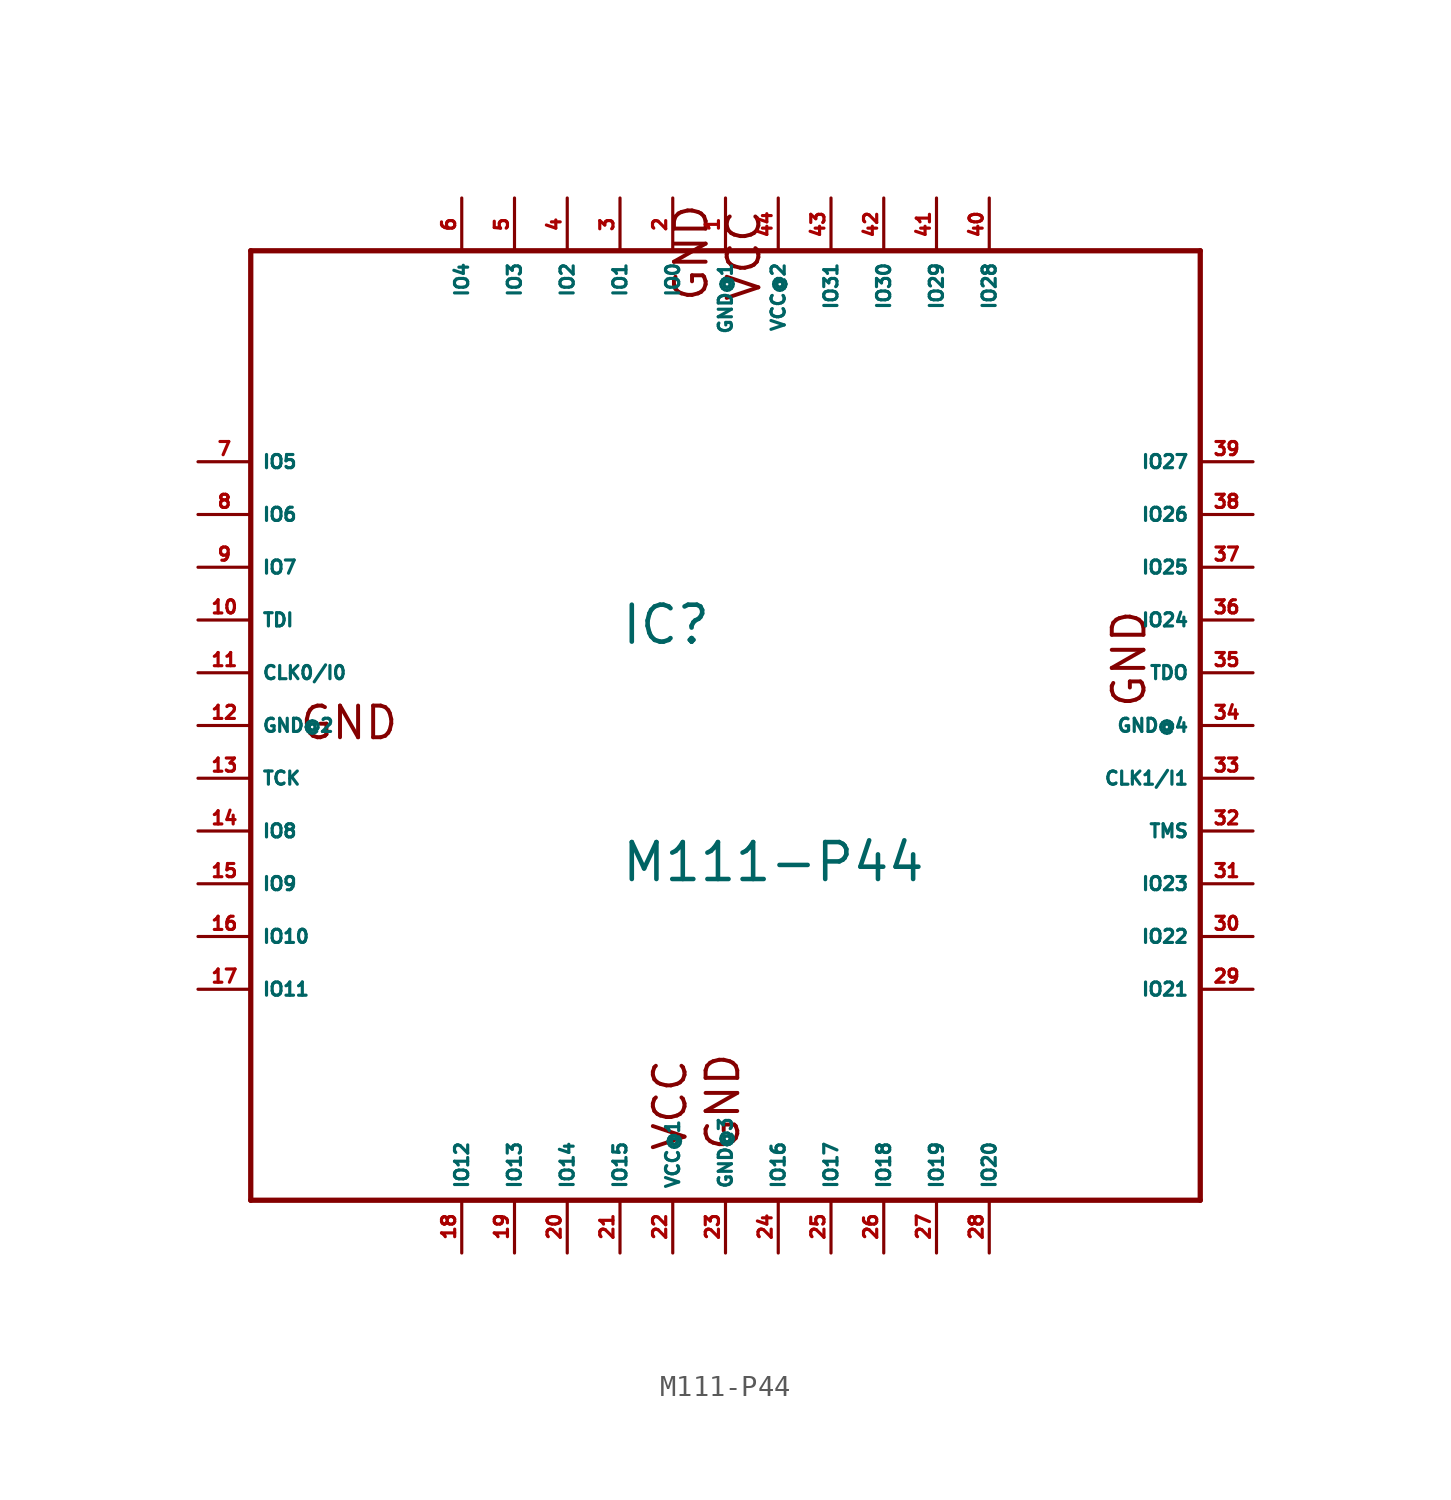
<source format=kicad_sym>
(kicad_symbol_lib
  (version 20220914)
  (generator Eagle2Kicad)
  (symbol "M111-P44"
    (property "Reference" "IC"
      (at -5.08 3.81 0)
      (effects (font (size 1.778 1.778) (thickness 0.22)) (justify left bottom)))
    (property "Value" "M111-P44"
      (at -5.08 -7.62 0)
      (effects (font (size 1.778 1.778) (thickness 0.22)) (justify left bottom)))
    (polyline
      (pts (xy -22.86 22.86) (xy -22.86 -22.86))
      (stroke (width 0.254) (type default))
      (fill (type none)))
    (polyline
      (pts (xy -22.86 -22.86) (xy 22.86 -22.86))
      (stroke (width 0.254) (type default))
      (fill (type none)))
    (polyline
      (pts (xy 22.86 -22.86) (xy 22.86 22.86))
      (stroke (width 0.254) (type default))
      (fill (type none)))
    (polyline
      (pts (xy 22.86 22.86) (xy -22.86 22.86))
      (stroke (width 0.254) (type default))
      (fill (type none)))
    (text "GND"
      (at -20.574 -0.762 0)
      (effects (font (size 1.524 1.524) (thickness 0.19)) (justify left bottom)))
    (text "GND"
      (at 0.762 -20.574 900)
      (effects (font (size 1.524 1.524) (thickness 0.19)) (justify left bottom)))
    (text "GND"
      (at 20.32 0.762 1800)
      (effects (font (size 1.524 1.524) (thickness 0.19)) (justify left bottom)))
    (text "GND"
      (at -0.762 20.32 2700)
      (effects (font (size 1.524 1.524) (thickness 0.19)) (justify left bottom)))
    (text "VCC"
      (at 1.778 20.32 2700)
      (effects (font (size 1.524 1.524) (thickness 0.19)) (justify left bottom)))
    (text "VCC"
      (at -1.778 -20.574 900)
      (effects (font (size 1.524 1.524) (thickness 0.19)) (justify left bottom)))
    (pin input line
      (at -25.4 2.54 0)
      (length 2.54)
      (name "CLK0/I0" (effects (font (size 0.635 0.635) (thickness 0.08)) (justify left bottom)))
      (number "11" (effects (font (size 0.635 0.635) (thickness 0.08)) (justify left bottom))))
    (pin input line
      (at 25.4 -2.54 180)
      (length 2.54)
      (name "CLK1/I1" (effects (font (size 0.635 0.635) (thickness 0.08)) (justify left bottom)))
      (number "33" (effects (font (size 0.635 0.635) (thickness 0.08)) (justify left bottom))))
    (pin input line
      (at -25.4 5.08 0)
      (length 2.54)
      (name "TDI" (effects (font (size 0.635 0.635) (thickness 0.08)) (justify left bottom)))
      (number "10" (effects (font (size 0.635 0.635) (thickness 0.08)) (justify left bottom))))
    (pin input line
      (at -25.4 -2.54 0)
      (length 2.54)
      (name "TCK" (effects (font (size 0.635 0.635) (thickness 0.08)) (justify left bottom)))
      (number "13" (effects (font (size 0.635 0.635) (thickness 0.08)) (justify left bottom))))
    (pin input line
      (at 25.4 -5.08 180)
      (length 2.54)
      (name "TMS" (effects (font (size 0.635 0.635) (thickness 0.08)) (justify left bottom)))
      (number "32" (effects (font (size 0.635 0.635) (thickness 0.08)) (justify left bottom))))
    (pin output line
      (at 25.4 2.54 180)
      (length 2.54)
      (name "TDO" (effects (font (size 0.635 0.635) (thickness 0.08)) (justify left bottom)))
      (number "35" (effects (font (size 0.635 0.635) (thickness 0.08)) (justify left bottom))))
    (pin bidirectional line
      (at -2.54 25.4 270)
      (length 2.54)
      (name "IO0" (effects (font (size 0.635 0.635) (thickness 0.08)) (justify left bottom)))
      (number "2" (effects (font (size 0.635 0.635) (thickness 0.08)) (justify left bottom))))
    (pin bidirectional line
      (at -5.08 25.4 270)
      (length 2.54)
      (name "IO1" (effects (font (size 0.635 0.635) (thickness 0.08)) (justify left bottom)))
      (number "3" (effects (font (size 0.635 0.635) (thickness 0.08)) (justify left bottom))))
    (pin bidirectional line
      (at -7.62 25.4 270)
      (length 2.54)
      (name "IO2" (effects (font (size 0.635 0.635) (thickness 0.08)) (justify left bottom)))
      (number "4" (effects (font (size 0.635 0.635) (thickness 0.08)) (justify left bottom))))
    (pin bidirectional line
      (at -10.16 25.4 270)
      (length 2.54)
      (name "IO3" (effects (font (size 0.635 0.635) (thickness 0.08)) (justify left bottom)))
      (number "5" (effects (font (size 0.635 0.635) (thickness 0.08)) (justify left bottom))))
    (pin bidirectional line
      (at -12.7 25.4 270)
      (length 2.54)
      (name "IO4" (effects (font (size 0.635 0.635) (thickness 0.08)) (justify left bottom)))
      (number "6" (effects (font (size 0.635 0.635) (thickness 0.08)) (justify left bottom))))
    (pin bidirectional line
      (at -25.4 12.7 0)
      (length 2.54)
      (name "IO5" (effects (font (size 0.635 0.635) (thickness 0.08)) (justify left bottom)))
      (number "7" (effects (font (size 0.635 0.635) (thickness 0.08)) (justify left bottom))))
    (pin bidirectional line
      (at -25.4 10.16 0)
      (length 2.54)
      (name "IO6" (effects (font (size 0.635 0.635) (thickness 0.08)) (justify left bottom)))
      (number "8" (effects (font (size 0.635 0.635) (thickness 0.08)) (justify left bottom))))
    (pin bidirectional line
      (at -25.4 7.62 0)
      (length 2.54)
      (name "IO7" (effects (font (size 0.635 0.635) (thickness 0.08)) (justify left bottom)))
      (number "9" (effects (font (size 0.635 0.635) (thickness 0.08)) (justify left bottom))))
    (pin bidirectional line
      (at -25.4 -5.08 0)
      (length 2.54)
      (name "IO8" (effects (font (size 0.635 0.635) (thickness 0.08)) (justify left bottom)))
      (number "14" (effects (font (size 0.635 0.635) (thickness 0.08)) (justify left bottom))))
    (pin bidirectional line
      (at -25.4 -7.62 0)
      (length 2.54)
      (name "IO9" (effects (font (size 0.635 0.635) (thickness 0.08)) (justify left bottom)))
      (number "15" (effects (font (size 0.635 0.635) (thickness 0.08)) (justify left bottom))))
    (pin bidirectional line
      (at -25.4 -10.16 0)
      (length 2.54)
      (name "IO10" (effects (font (size 0.635 0.635) (thickness 0.08)) (justify left bottom)))
      (number "16" (effects (font (size 0.635 0.635) (thickness 0.08)) (justify left bottom))))
    (pin bidirectional line
      (at -25.4 -12.7 0)
      (length 2.54)
      (name "IO11" (effects (font (size 0.635 0.635) (thickness 0.08)) (justify left bottom)))
      (number "17" (effects (font (size 0.635 0.635) (thickness 0.08)) (justify left bottom))))
    (pin bidirectional line
      (at -12.7 -25.4 90)
      (length 2.54)
      (name "IO12" (effects (font (size 0.635 0.635) (thickness 0.08)) (justify left bottom)))
      (number "18" (effects (font (size 0.635 0.635) (thickness 0.08)) (justify left bottom))))
    (pin bidirectional line
      (at -10.16 -25.4 90)
      (length 2.54)
      (name "IO13" (effects (font (size 0.635 0.635) (thickness 0.08)) (justify left bottom)))
      (number "19" (effects (font (size 0.635 0.635) (thickness 0.08)) (justify left bottom))))
    (pin bidirectional line
      (at -7.62 -25.4 90)
      (length 2.54)
      (name "IO14" (effects (font (size 0.635 0.635) (thickness 0.08)) (justify left bottom)))
      (number "20" (effects (font (size 0.635 0.635) (thickness 0.08)) (justify left bottom))))
    (pin bidirectional line
      (at -5.08 -25.4 90)
      (length 2.54)
      (name "IO15" (effects (font (size 0.635 0.635) (thickness 0.08)) (justify left bottom)))
      (number "21" (effects (font (size 0.635 0.635) (thickness 0.08)) (justify left bottom))))
    (pin bidirectional line
      (at 2.54 -25.4 90)
      (length 2.54)
      (name "IO16" (effects (font (size 0.635 0.635) (thickness 0.08)) (justify left bottom)))
      (number "24" (effects (font (size 0.635 0.635) (thickness 0.08)) (justify left bottom))))
    (pin bidirectional line
      (at 5.08 -25.4 90)
      (length 2.54)
      (name "IO17" (effects (font (size 0.635 0.635) (thickness 0.08)) (justify left bottom)))
      (number "25" (effects (font (size 0.635 0.635) (thickness 0.08)) (justify left bottom))))
    (pin bidirectional line
      (at 7.62 -25.4 90)
      (length 2.54)
      (name "IO18" (effects (font (size 0.635 0.635) (thickness 0.08)) (justify left bottom)))
      (number "26" (effects (font (size 0.635 0.635) (thickness 0.08)) (justify left bottom))))
    (pin bidirectional line
      (at 10.16 -25.4 90)
      (length 2.54)
      (name "IO19" (effects (font (size 0.635 0.635) (thickness 0.08)) (justify left bottom)))
      (number "27" (effects (font (size 0.635 0.635) (thickness 0.08)) (justify left bottom))))
    (pin bidirectional line
      (at 12.7 -25.4 90)
      (length 2.54)
      (name "IO20" (effects (font (size 0.635 0.635) (thickness 0.08)) (justify left bottom)))
      (number "28" (effects (font (size 0.635 0.635) (thickness 0.08)) (justify left bottom))))
    (pin bidirectional line
      (at 25.4 -12.7 180)
      (length 2.54)
      (name "IO21" (effects (font (size 0.635 0.635) (thickness 0.08)) (justify left bottom)))
      (number "29" (effects (font (size 0.635 0.635) (thickness 0.08)) (justify left bottom))))
    (pin bidirectional line
      (at 25.4 -10.16 180)
      (length 2.54)
      (name "IO22" (effects (font (size 0.635 0.635) (thickness 0.08)) (justify left bottom)))
      (number "30" (effects (font (size 0.635 0.635) (thickness 0.08)) (justify left bottom))))
    (pin bidirectional line
      (at 25.4 -7.62 180)
      (length 2.54)
      (name "IO23" (effects (font (size 0.635 0.635) (thickness 0.08)) (justify left bottom)))
      (number "31" (effects (font (size 0.635 0.635) (thickness 0.08)) (justify left bottom))))
    (pin bidirectional line
      (at 25.4 5.08 180)
      (length 2.54)
      (name "IO24" (effects (font (size 0.635 0.635) (thickness 0.08)) (justify left bottom)))
      (number "36" (effects (font (size 0.635 0.635) (thickness 0.08)) (justify left bottom))))
    (pin bidirectional line
      (at 25.4 7.62 180)
      (length 2.54)
      (name "IO25" (effects (font (size 0.635 0.635) (thickness 0.08)) (justify left bottom)))
      (number "37" (effects (font (size 0.635 0.635) (thickness 0.08)) (justify left bottom))))
    (pin bidirectional line
      (at 25.4 10.16 180)
      (length 2.54)
      (name "IO26" (effects (font (size 0.635 0.635) (thickness 0.08)) (justify left bottom)))
      (number "38" (effects (font (size 0.635 0.635) (thickness 0.08)) (justify left bottom))))
    (pin bidirectional line
      (at 25.4 12.7 180)
      (length 2.54)
      (name "IO27" (effects (font (size 0.635 0.635) (thickness 0.08)) (justify left bottom)))
      (number "39" (effects (font (size 0.635 0.635) (thickness 0.08)) (justify left bottom))))
    (pin bidirectional line
      (at 12.7 25.4 270)
      (length 2.54)
      (name "IO28" (effects (font (size 0.635 0.635) (thickness 0.08)) (justify left bottom)))
      (number "40" (effects (font (size 0.635 0.635) (thickness 0.08)) (justify left bottom))))
    (pin bidirectional line
      (at 10.16 25.4 270)
      (length 2.54)
      (name "IO29" (effects (font (size 0.635 0.635) (thickness 0.08)) (justify left bottom)))
      (number "41" (effects (font (size 0.635 0.635) (thickness 0.08)) (justify left bottom))))
    (pin bidirectional line
      (at 7.62 25.4 270)
      (length 2.54)
      (name "IO30" (effects (font (size 0.635 0.635) (thickness 0.08)) (justify left bottom)))
      (number "42" (effects (font (size 0.635 0.635) (thickness 0.08)) (justify left bottom))))
    (pin bidirectional line
      (at 5.08 25.4 270)
      (length 2.54)
      (name "IO31" (effects (font (size 0.635 0.635) (thickness 0.08)) (justify left bottom)))
      (number "43" (effects (font (size 0.635 0.635) (thickness 0.08)) (justify left bottom))))
    (pin unspecified line
      (at 0 25.4 270)
      (length 2.54)
      (name "GND@1" (effects (font (size 0.635 0.635) (thickness 0.08)) (justify left bottom)))
      (number "1" (effects (font (size 0.635 0.635) (thickness 0.08)) (justify left bottom))))
    (pin unspecified line
      (at -25.4 0 0)
      (length 2.54)
      (name "GND@2" (effects (font (size 0.635 0.635) (thickness 0.08)) (justify left bottom)))
      (number "12" (effects (font (size 0.635 0.635) (thickness 0.08)) (justify left bottom))))
    (pin unspecified line
      (at 0 -25.4 90)
      (length 2.54)
      (name "GND@3" (effects (font (size 0.635 0.635) (thickness 0.08)) (justify left bottom)))
      (number "23" (effects (font (size 0.635 0.635) (thickness 0.08)) (justify left bottom))))
    (pin unspecified line
      (at 25.4 0 180)
      (length 2.54)
      (name "GND@4" (effects (font (size 0.635 0.635) (thickness 0.08)) (justify left bottom)))
      (number "34" (effects (font (size 0.635 0.635) (thickness 0.08)) (justify left bottom))))
    (pin unspecified line
      (at -2.54 -25.4 90)
      (length 2.54)
      (name "VCC@1" (effects (font (size 0.635 0.635) (thickness 0.08)) (justify left bottom)))
      (number "22" (effects (font (size 0.635 0.635) (thickness 0.08)) (justify left bottom))))
    (pin unspecified line
      (at 2.54 25.4 270)
      (length 2.54)
      (name "VCC@2" (effects (font (size 0.635 0.635) (thickness 0.08)) (justify left bottom)))
      (number "44" (effects (font (size 0.635 0.635) (thickness 0.08)) (justify left bottom))))))
</source>
